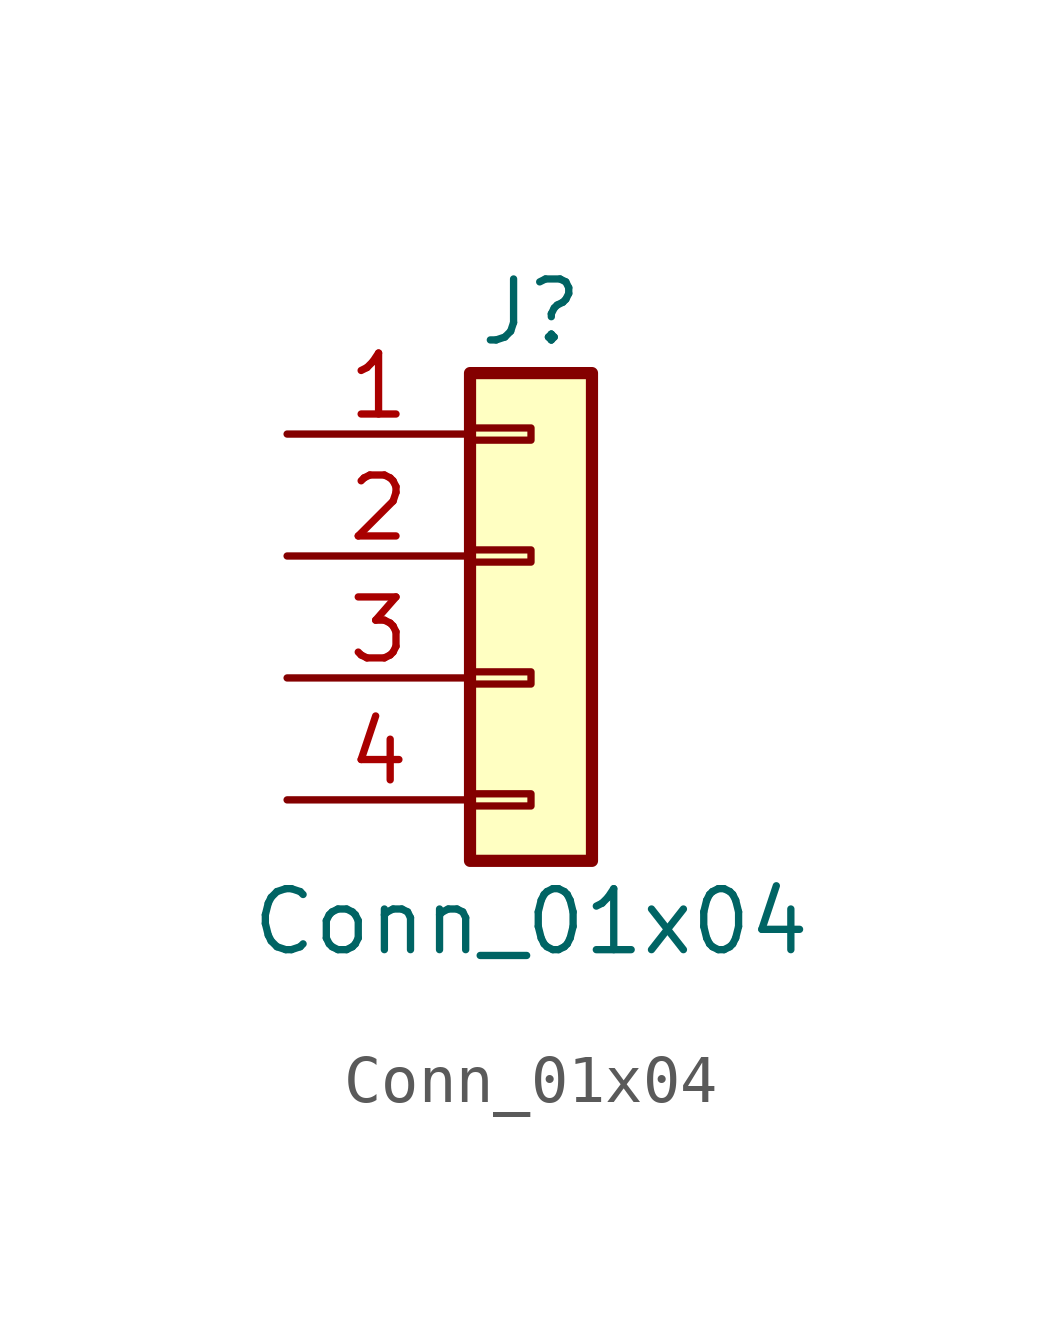
<source format=kicad_sym>
(kicad_symbol_lib
  (version 20210619)
  (generator kicad_symbol_editor)
  (symbol "open-Smartwatch:Conn_01x04"
    (pin_names
      (offset 1.016) hide)
    (property "Reference" "J"
      (at 0 5.08 0)
      (effects (font (size 1.27 1.27))))
    (property "Value" "Conn_01x04"
      (at 0 -7.62 0)
      (effects (font (size 1.27 1.27))))
    (symbol "Conn_01x04_1_1"
      (rectangle (start -1.27 -4.953) (end 0 -5.207) (stroke (width 0.152)) (fill (type none)))
      (rectangle (start -1.27 -2.413) (end 0 -2.667) (stroke (width 0.152)) (fill (type none)))
      (rectangle (start -1.27 0.127) (end 0 -0.127) (stroke (width 0.152)) (fill (type none)))
      (rectangle (start -1.27 2.667) (end 0 2.413) (stroke (width 0.152)) (fill (type none)))
      (rectangle (start -1.27 3.81) (end 1.27 -6.35) (stroke (width 0.254)) (fill (type background)))
      (pin passive line (at -5.08 2.54 0) (length 3.81) (name "Pin_1" (effects (font (size 1.27 1.27)))) (number "1" (effects (font (size 1.27 1.27)))))
      (pin passive line (at -5.08 0 0) (length 3.81) (name "Pin_2" (effects (font (size 1.27 1.27)))) (number "2" (effects (font (size 1.27 1.27)))))
      (pin passive line (at -5.08 -2.54 0) (length 3.81) (name "Pin_3" (effects (font (size 1.27 1.27)))) (number "3" (effects (font (size 1.27 1.27)))))
      (pin passive line (at -5.08 -5.08 0) (length 3.81) (name "Pin_4" (effects (font (size 1.27 1.27)))) (number "4" (effects (font (size 1.27 1.27))))))))
</source>
